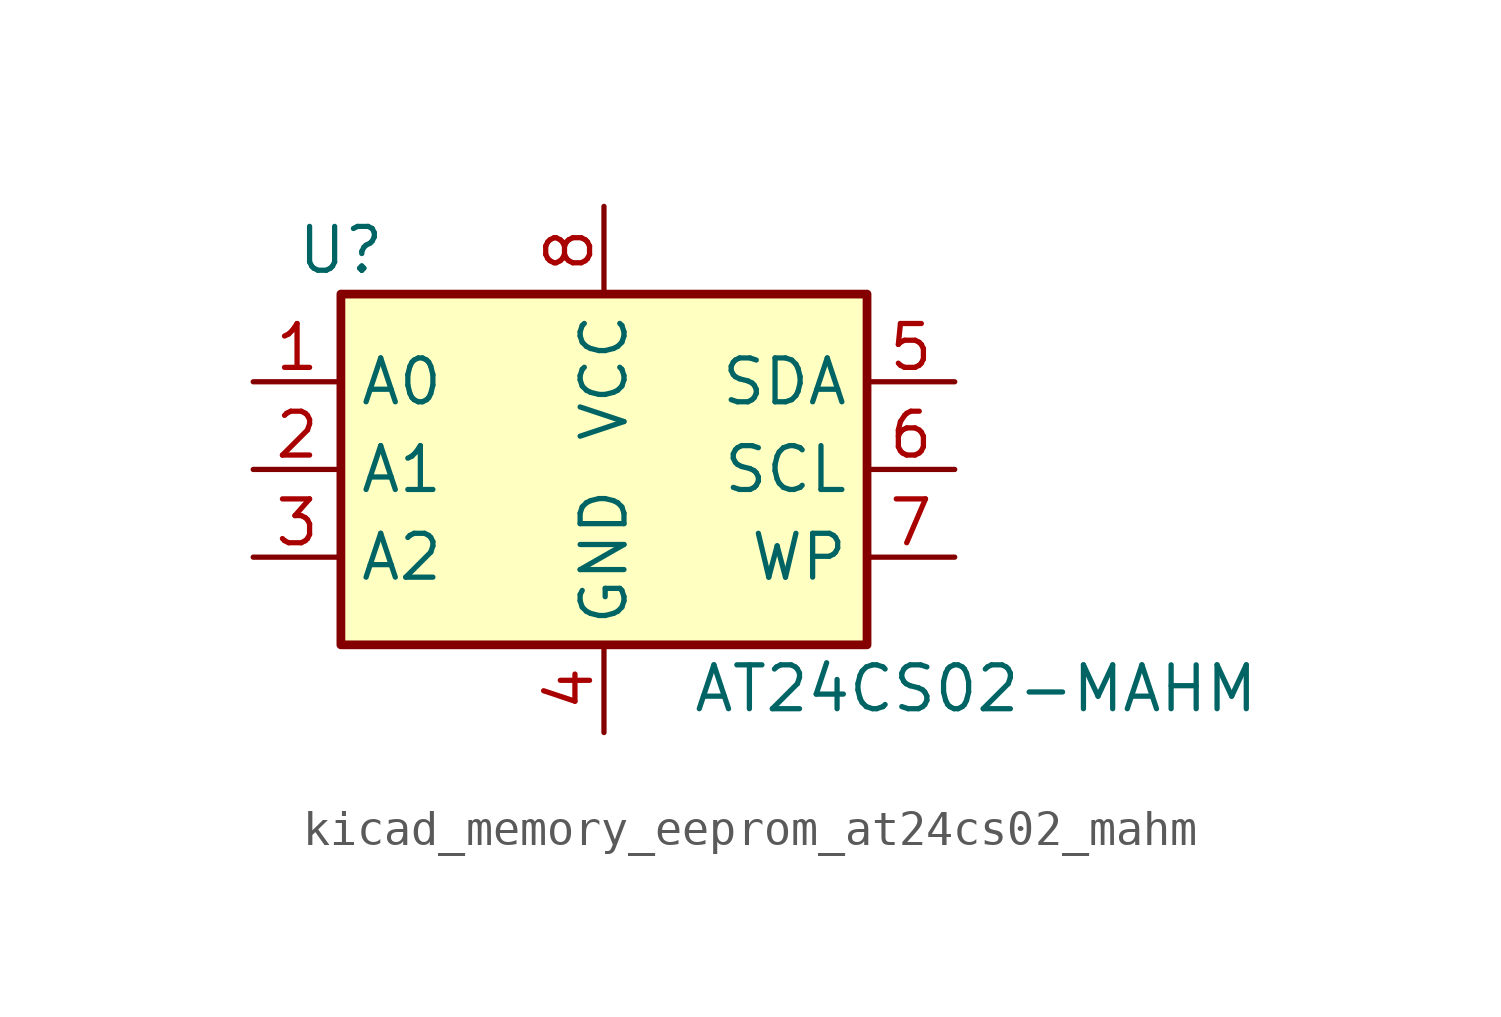
<source format=kicad_sym>
(kicad_symbol_lib
  (version 20220914)
  (generator kicad_symbol_editor)
  (symbol "kicad_memory_eeprom_at24cs02_mahm"
    (property "Reference" "U"
      (at -7.62 6.35 0)
      (effects (font (size 1.27 1.27))))
    (property "Value" "AT24CS02-MAHM"
      (at 2.54 -6.35 0)
      (effects (font (size 1.27 1.27)) (justify left)))
    (symbol "kicad_memory_eeprom_at24cs02_mahm_1_1"
      (rectangle (start -7.62 5.08) (end 7.62 -5.08) (stroke (width 0.254) (type default)) (fill (type background)))
      (pin input line (at -10.16 2.54 0) (length 2.54) (name "A0" (effects (font (size 1.27 1.27)))) (number "1" (effects (font (size 1.27 1.27)))))
      (pin input line (at -10.16 0 0) (length 2.54) (name "A1" (effects (font (size 1.27 1.27)))) (number "2" (effects (font (size 1.27 1.27)))))
      (pin input line (at -10.16 -2.54 0) (length 2.54) (name "A2" (effects (font (size 1.27 1.27)))) (number "3" (effects (font (size 1.27 1.27)))))
      (pin power_in line (at 0 -7.62 90) (length 2.54) (name "GND" (effects (font (size 1.27 1.27)))) (number "4" (effects (font (size 1.27 1.27)))))
      (pin bidirectional line (at 10.16 2.54 180) (length 2.54) (name "SDA" (effects (font (size 1.27 1.27)))) (number "5" (effects (font (size 1.27 1.27)))))
      (pin input line (at 10.16 0 180) (length 2.54) (name "SCL" (effects (font (size 1.27 1.27)))) (number "6" (effects (font (size 1.27 1.27)))))
      (pin input line (at 10.16 -2.54 180) (length 2.54) (name "WP" (effects (font (size 1.27 1.27)))) (number "7" (effects (font (size 1.27 1.27)))))
      (pin power_in line (at 0 7.62 270) (length 2.54) (name "VCC" (effects (font (size 1.27 1.27)))) (number "8" (effects (font (size 1.27 1.27))))))))
</source>
